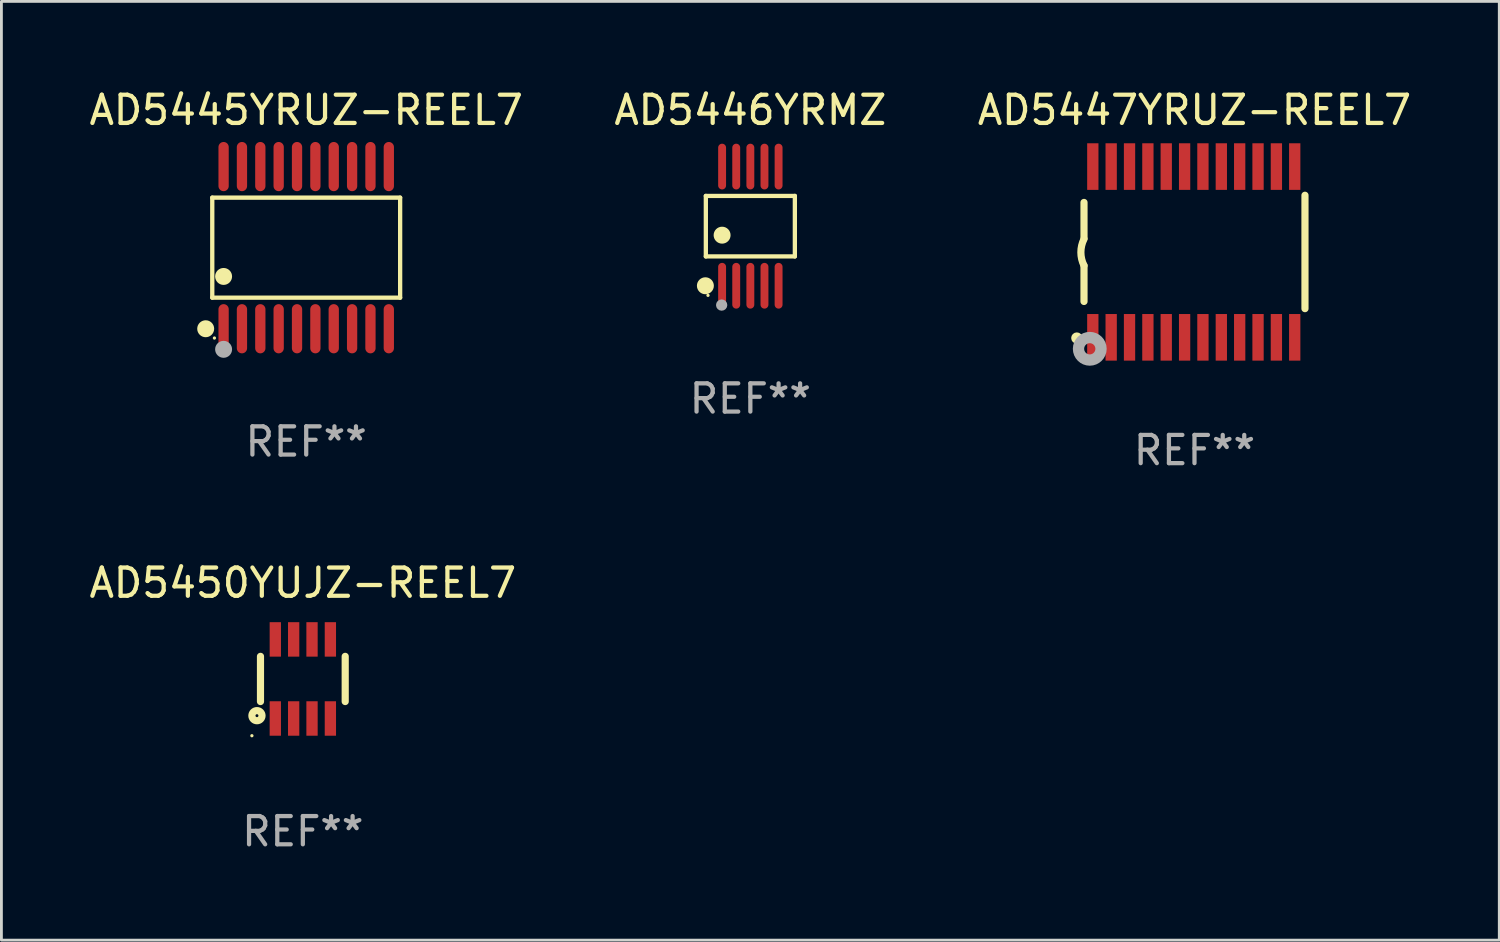
<source format=kicad_pcb>
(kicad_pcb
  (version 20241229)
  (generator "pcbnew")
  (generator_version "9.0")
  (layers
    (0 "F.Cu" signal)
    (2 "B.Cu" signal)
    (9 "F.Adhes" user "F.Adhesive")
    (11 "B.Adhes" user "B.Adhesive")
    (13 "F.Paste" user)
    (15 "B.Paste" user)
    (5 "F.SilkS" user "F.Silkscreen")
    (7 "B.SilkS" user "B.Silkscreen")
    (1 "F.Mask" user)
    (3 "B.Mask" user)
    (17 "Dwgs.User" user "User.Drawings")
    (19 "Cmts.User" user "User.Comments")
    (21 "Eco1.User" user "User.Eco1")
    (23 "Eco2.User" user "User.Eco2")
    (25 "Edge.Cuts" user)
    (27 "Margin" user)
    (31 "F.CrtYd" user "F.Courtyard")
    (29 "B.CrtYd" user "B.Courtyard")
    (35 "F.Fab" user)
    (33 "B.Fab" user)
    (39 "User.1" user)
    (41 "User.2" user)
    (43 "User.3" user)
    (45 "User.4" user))
  (footprint "AD5446YRMZ"
    (layer "F.Cu")
    (at 23.518 4.958)
    (property "Reference" "AD5446YRMZ" (at 0 -4.11 0) (layer "F.SilkS") (effects (font (size 1 1) (thickness 0.15))))
    (attr through_hole)
    (fp_line (start -1.576 -1.071) (end 1.576 -1.071) (stroke (width 0.152) (type solid)) (layer "F.SilkS"))
    (fp_line (start -1.576 1.071) (end -1.576 -1.071) (stroke (width 0.152) (type solid)) (layer "F.SilkS"))
    (fp_line (start 1.576 -1.071) (end 1.576 1.071) (stroke (width 0.152) (type solid)) (layer "F.SilkS"))
    (fp_line (start 1.576 1.071) (end -1.576 1.071) (stroke (width 0.152) (type solid)) (layer "F.SilkS"))
    (fp_circle (center -1.592 2.11) (end -1.442 2.11) (stroke (width 0.3) (type solid)) (fill no) (layer "F.SilkS"))
    (fp_circle (center -1.5 2.45) (end -1.47 2.45) (stroke (width 0.06) (type solid)) (fill no) (layer "F.SilkS"))
    (fp_circle (center -1 0.319) (end -0.85 0.319) (stroke (width 0.3) (type solid)) (fill no) (layer "F.SilkS"))
    (fp_circle (center -1.016 2.794) (end -0.916 2.794) (stroke (width 0.2) (type solid)) (fill no) (layer "F.Fab"))
    (fp_text user "REF**" (at 0 6.11 0) (layer "F.Fab") (effects (font (size 1 1) (thickness 0.15))))
    (pad "1" smd oval (at -1 2.11) (size 0.28 1.62) (layers "F.Cu" "F.Mask" "F.Paste"))
    (pad "2" smd oval (at -0.5 2.11) (size 0.28 1.62) (layers "F.Cu" "F.Mask" "F.Paste"))
    (pad "3" smd oval (at 0 2.11) (size 0.28 1.62) (layers "F.Cu" "F.Mask" "F.Paste"))
    (pad "4" smd oval (at 0.5 2.11) (size 0.28 1.62) (layers "F.Cu" "F.Mask" "F.Paste"))
    (pad "5" smd oval (at 1 2.11) (size 0.28 1.62) (layers "F.Cu" "F.Mask" "F.Paste"))
    (pad "6" smd oval (at 1 -2.11) (size 0.28 1.62) (layers "F.Cu" "F.Mask" "F.Paste"))
    (pad "7" smd oval (at 0.5 -2.11) (size 0.28 1.62) (layers "F.Cu" "F.Mask" "F.Paste"))
    (pad "8" smd oval (at 0 -2.11) (size 0.28 1.62) (layers "F.Cu" "F.Mask" "F.Paste"))
    (pad "9" smd oval (at -0.5 -2.11) (size 0.28 1.62) (layers "F.Cu" "F.Mask" "F.Paste"))
    (pad "10" smd oval (at -1 -2.11) (size 0.28 1.62) (layers "F.Cu" "F.Mask" "F.Paste")))
  (footprint "AD5450YUJZ-REEL7"
    (layer "F.Cu")
    (at 7.673 20.99)
    (property "Reference" "AD5450YUJZ-REEL7" (at 0 -3.4 0) (layer "F.SilkS") (effects (font (size 1 1) (thickness 0.15))))
    (attr through_hole)
    (fp_line (start -1.5 0.8) (end -1.5 -0.8) (stroke (width 0.254) (type solid)) (layer "F.SilkS"))
    (fp_line (start 1.5 -0.8) (end 1.5 0.8) (stroke (width 0.254) (type solid)) (layer "F.SilkS"))
    (fp_circle (center -1.804 2.01) (end -1.774 2.01) (stroke (width 0.06) (type solid)) (fill no) (layer "F.SilkS"))
    (fp_circle (center -1.625 1.3) (end -1.573 1.3) (stroke (width 0.254) (type solid)) (fill no) (layer "F.SilkS"))
    (fp_text user "REF**" (at 0 5.4 0) (layer "F.Fab") (effects (font (size 1 1) (thickness 0.15))))
    (pad "1" smd rect (at -0.975 1.4 180) (size 0.4 1.22) (layers "F.Cu" "F.Mask" "F.Paste"))
    (pad "2" smd rect (at -0.325 1.4 180) (size 0.4 1.22) (layers "F.Cu" "F.Mask" "F.Paste"))
    (pad "3" smd rect (at 0.325 1.4 180) (size 0.4 1.22) (layers "F.Cu" "F.Mask" "F.Paste"))
    (pad "4" smd rect (at 0.975 1.4 180) (size 0.4 1.22) (layers "F.Cu" "F.Mask" "F.Paste"))
    (pad "5" smd rect (at 0.975 -1.4 180) (size 0.4 1.22) (layers "F.Cu" "F.Mask" "F.Paste"))
    (pad "6" smd rect (at 0.325 -1.4 180) (size 0.4 1.22) (layers "F.Cu" "F.Mask" "F.Paste"))
    (pad "7" smd rect (at -0.325 -1.4 180) (size 0.4 1.22) (layers "F.Cu" "F.Mask" "F.Paste"))
    (pad "8" smd rect (at -0.975 -1.4 180) (size 0.4 1.22) (layers "F.Cu" "F.Mask" "F.Paste")))
  (footprint "AD5447YRUZ-REEL7"
    (layer "F.Cu")
    (at 39.244 5.871)
    (property "Reference" "AD5447YRUZ-REEL7" (at 0 -5.023 0) (layer "F.SilkS") (effects (font (size 1 1) (thickness 0.15))))
    (attr through_hole)
    (fp_line (start -3.912 -0.483) (end -3.912 -1.753) (stroke (width 0.254) (type solid)) (layer "F.SilkS"))
    (fp_line (start -3.912 1.753) (end -3.912 0.483) (stroke (width 0.254) (type solid)) (layer "F.SilkS"))
    (fp_line (start 3.912 -2.007) (end 3.912 2.007) (stroke (width 0.254) (type solid)) (layer "F.SilkS"))
    (fp_arc (start -3.911608 0.482601) (mid -4.022537 0.0127) (end -3.911608 -0.457201) (stroke (width 0.254001) (type solid)) (layer "F.SilkS"))
    (fp_circle (center -4.166 3.048) (end -4.066 3.048) (stroke (width 0.2) (type solid)) (fill no) (layer "F.SilkS"))
    (fp_circle (center -3.925 3.186) (end -3.895 3.186) (stroke (width 0.06) (type solid)) (fill no) (layer "F.SilkS"))
    (fp_circle (center -3.708 3.429) (end -3.509 3.429) (stroke (width 0.4) (type solid)) (fill no) (layer "F.Fab"))
    (fp_text user "REF**" (at 0 7.023 0) (layer "F.Fab") (effects (font (size 1 1) (thickness 0.15))))
    (pad "1" smd rect (at -3.6 3.023) (size 0.4 1.65) (layers "F.Cu" "F.Mask" "F.Paste"))
    (pad "2" smd rect (at -2.95 3.023) (size 0.4 1.65) (layers "F.Cu" "F.Mask" "F.Paste"))
    (pad "3" smd rect (at -2.3 3.023) (size 0.4 1.65) (layers "F.Cu" "F.Mask" "F.Paste"))
    (pad "4" smd rect (at -1.65 3.023) (size 0.4 1.65) (layers "F.Cu" "F.Mask" "F.Paste"))
    (pad "5" smd rect (at -1 3.023) (size 0.4 1.65) (layers "F.Cu" "F.Mask" "F.Paste"))
    (pad "6" smd rect (at -0.35 3.023) (size 0.4 1.65) (layers "F.Cu" "F.Mask" "F.Paste"))
    (pad "7" smd rect (at 0.299 3.023) (size 0.4 1.65) (layers "F.Cu" "F.Mask" "F.Paste"))
    (pad "8" smd rect (at 0.95 3.023) (size 0.4 1.65) (layers "F.Cu" "F.Mask" "F.Paste"))
    (pad "9" smd rect (at 1.6 3.023) (size 0.4 1.65) (layers "F.Cu" "F.Mask" "F.Paste"))
    (pad "10" smd rect (at 2.25 3.023) (size 0.4 1.65) (layers "F.Cu" "F.Mask" "F.Paste"))
    (pad "11" smd rect (at 2.9 3.023) (size 0.4 1.65) (layers "F.Cu" "F.Mask" "F.Paste"))
    (pad "12" smd rect (at 3.549 3.023) (size 0.4 1.65) (layers "F.Cu" "F.Mask" "F.Paste"))
    (pad "13" smd rect (at 3.549 -3.023) (size 0.4 1.65) (layers "F.Cu" "F.Mask" "F.Paste"))
    (pad "14" smd rect (at 2.9 -3.023) (size 0.4 1.65) (layers "F.Cu" "F.Mask" "F.Paste"))
    (pad "15" smd rect (at 2.25 -3.023) (size 0.4 1.65) (layers "F.Cu" "F.Mask" "F.Paste"))
    (pad "16" smd rect (at 1.6 -3.023) (size 0.4 1.65) (layers "F.Cu" "F.Mask" "F.Paste"))
    (pad "17" smd rect (at 0.95 -3.023) (size 0.4 1.65) (layers "F.Cu" "F.Mask" "F.Paste"))
    (pad "18" smd rect (at 0.299 -3.023) (size 0.4 1.65) (layers "F.Cu" "F.Mask" "F.Paste"))
    (pad "19" smd rect (at -0.35 -3.023) (size 0.4 1.65) (layers "F.Cu" "F.Mask" "F.Paste"))
    (pad "20" smd rect (at -1 -3.023) (size 0.4 1.65) (layers "F.Cu" "F.Mask" "F.Paste"))
    (pad "21" smd rect (at -1.65 -3.023) (size 0.4 1.65) (layers "F.Cu" "F.Mask" "F.Paste"))
    (pad "22" smd rect (at -2.3 -3.023) (size 0.4 1.65) (layers "F.Cu" "F.Mask" "F.Paste"))
    (pad "23" smd rect (at -2.95 -3.023) (size 0.4 1.65) (layers "F.Cu" "F.Mask" "F.Paste"))
    (pad "24" smd rect (at -3.6 -3.023) (size 0.4 1.65) (layers "F.Cu" "F.Mask" "F.Paste")))
  (footprint "AD5445YRUZ-REEL7"
    (layer "F.Cu")
    (at 7.792 5.719)
    (property "Reference" "AD5445YRUZ-REEL7" (at 0 -4.871 0) (layer "F.SilkS") (effects (font (size 1 1) (thickness 0.15))))
    (attr through_hole)
    (fp_line (start -3.326 -1.771) (end 3.326 -1.771) (stroke (width 0.152) (type solid)) (layer "F.SilkS"))
    (fp_line (start -3.326 1.771) (end -3.326 -1.771) (stroke (width 0.152) (type solid)) (layer "F.SilkS"))
    (fp_line (start 3.326 -1.771) (end 3.326 1.771) (stroke (width 0.152) (type solid)) (layer "F.SilkS"))
    (fp_line (start 3.326 1.771) (end -3.326 1.771) (stroke (width 0.152) (type solid)) (layer "F.SilkS"))
    (fp_circle (center -3.559 2.871) (end -3.409 2.871) (stroke (width 0.3) (type solid)) (fill no) (layer "F.SilkS"))
    (fp_circle (center -3.25 3.2) (end -3.22 3.2) (stroke (width 0.06) (type solid)) (fill no) (layer "F.SilkS"))
    (fp_circle (center -2.925 1.019) (end -2.775 1.019) (stroke (width 0.3) (type solid)) (fill no) (layer "F.SilkS"))
    (fp_circle (center -2.925 3.6) (end -2.775 3.6) (stroke (width 0.3) (type solid)) (fill no) (layer "F.Fab"))
    (fp_text user "REF**" (at 0 6.871 0) (layer "F.Fab") (effects (font (size 1 1) (thickness 0.15))))
    (pad "1" smd oval (at -2.925 2.871) (size 0.364 1.742) (layers "F.Cu" "F.Mask" "F.Paste"))
    (pad "2" smd oval (at -2.275 2.871) (size 0.364 1.742) (layers "F.Cu" "F.Mask" "F.Paste"))
    (pad "3" smd oval (at -1.625 2.871) (size 0.364 1.742) (layers "F.Cu" "F.Mask" "F.Paste"))
    (pad "4" smd oval (at -0.975 2.871) (size 0.364 1.742) (layers "F.Cu" "F.Mask" "F.Paste"))
    (pad "5" smd oval (at -0.325 2.871) (size 0.364 1.742) (layers "F.Cu" "F.Mask" "F.Paste"))
    (pad "6" smd oval (at 0.325 2.871) (size 0.364 1.742) (layers "F.Cu" "F.Mask" "F.Paste"))
    (pad "7" smd oval (at 0.975 2.871) (size 0.364 1.742) (layers "F.Cu" "F.Mask" "F.Paste"))
    (pad "8" smd oval (at 1.625 2.871) (size 0.364 1.742) (layers "F.Cu" "F.Mask" "F.Paste"))
    (pad "9" smd oval (at 2.275 2.871) (size 0.364 1.742) (layers "F.Cu" "F.Mask" "F.Paste"))
    (pad "10" smd oval (at 2.925 2.871) (size 0.364 1.742) (layers "F.Cu" "F.Mask" "F.Paste"))
    (pad "11" smd oval (at 2.925 -2.871) (size 0.364 1.742) (layers "F.Cu" "F.Mask" "F.Paste"))
    (pad "12" smd oval (at 2.275 -2.871) (size 0.364 1.742) (layers "F.Cu" "F.Mask" "F.Paste"))
    (pad "13" smd oval (at 1.625 -2.871) (size 0.364 1.742) (layers "F.Cu" "F.Mask" "F.Paste"))
    (pad "14" smd oval (at 0.975 -2.871) (size 0.364 1.742) (layers "F.Cu" "F.Mask" "F.Paste"))
    (pad "15" smd oval (at 0.325 -2.871) (size 0.364 1.742) (layers "F.Cu" "F.Mask" "F.Paste"))
    (pad "16" smd oval (at -0.325 -2.871) (size 0.364 1.742) (layers "F.Cu" "F.Mask" "F.Paste"))
    (pad "17" smd oval (at -0.975 -2.871) (size 0.364 1.742) (layers "F.Cu" "F.Mask" "F.Paste"))
    (pad "18" smd oval (at -1.625 -2.871) (size 0.364 1.742) (layers "F.Cu" "F.Mask" "F.Paste"))
    (pad "19" smd oval (at -2.275 -2.871) (size 0.364 1.742) (layers "F.Cu" "F.Mask" "F.Paste"))
    (pad "20" smd oval (at -2.925 -2.871) (size 0.364 1.742) (layers "F.Cu" "F.Mask" "F.Paste")))
  (gr_rect
    (start -3 -3)
    (end 50.036 30.238)
    (stroke (width 0.1) (type default))
    (fill no)
    (layer "Edge.Cuts")))
</source>
